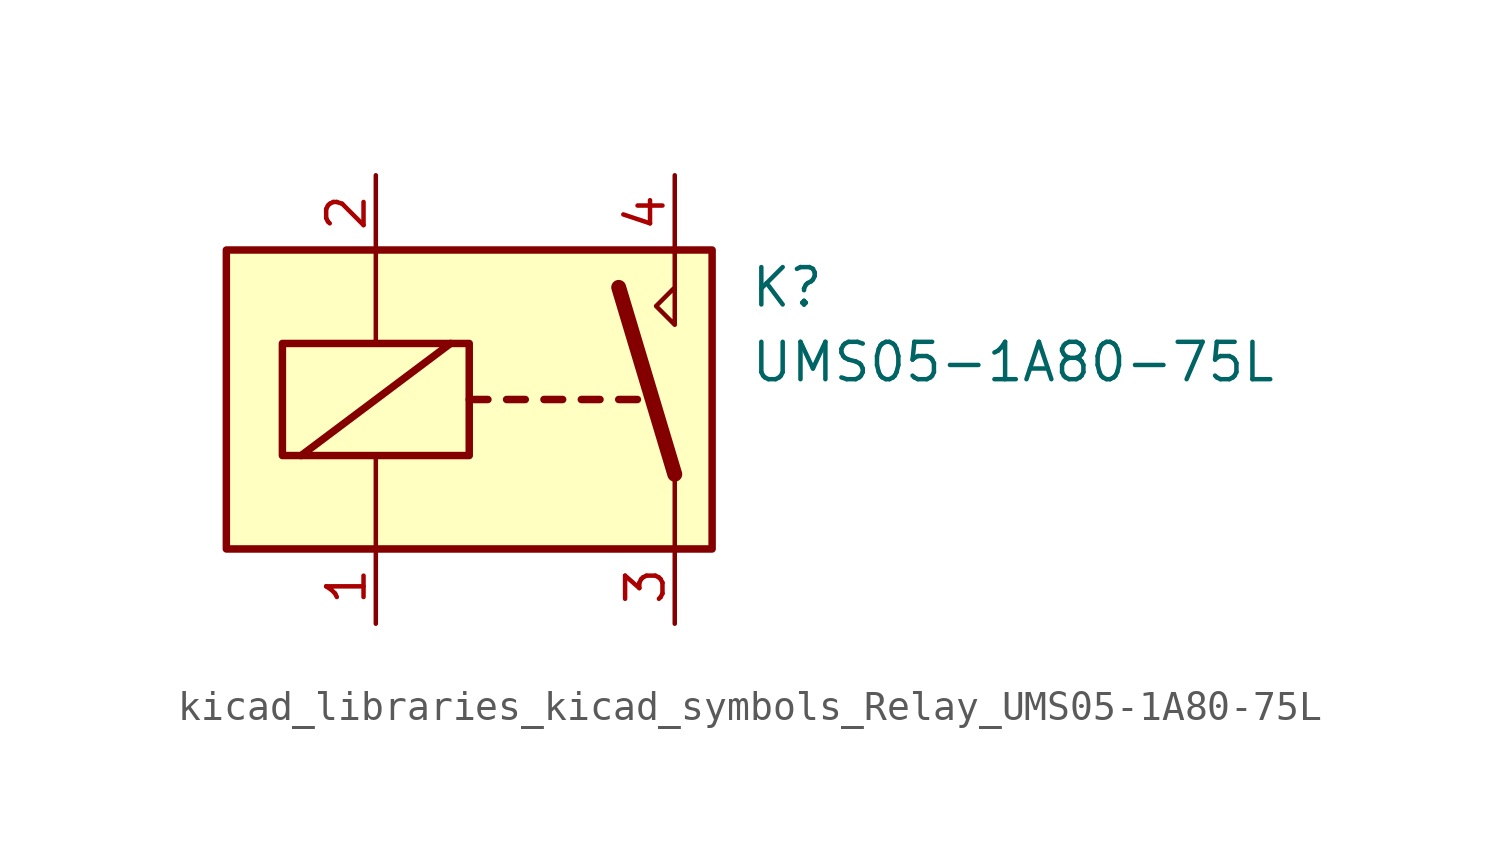
<source format=kicad_sym>
(kicad_symbol_lib
  (version 20220914)
  (generator kicad_symbol_editor)
  (symbol "kicad_libraries_kicad_symbols_Relay_UMS05-1A80-75L"
    (property "Reference" "K"
      (at 7.62 3.81 0)
      (effects (font (size 1.27 1.27)) (justify left)))
    (property "Value" "UMS05-1A80-75L"
      (at 7.62 1.27 0)
      (effects (font (size 1.27 1.27)) (justify left)))
    (symbol "kicad_libraries_kicad_symbols_Relay_UMS05-1A80-75L_0_0"
      (polyline (pts (xy 5.08 5.08) (xy 5.08 2.54) (xy 4.445 3.175) (xy 5.08 3.81)) (stroke (width 0) (type default)) (fill (type none))))
    (symbol "kicad_libraries_kicad_symbols_Relay_UMS05-1A80-75L_0_1"
      (rectangle (start -10.16 5.08) (end 6.35 -5.08) (stroke (width 0.254) (type default)) (fill (type background)))
      (rectangle (start -8.255 1.905) (end -1.905 -1.905) (stroke (width 0.254) (type default)) (fill (type none)))
      (polyline (pts (xy -7.62 -1.905) (xy -2.54 1.905)) (stroke (width 0.254) (type default)) (fill (type none)))
      (polyline (pts (xy -5.08 -5.08) (xy -5.08 -1.905)) (stroke (width 0) (type default)) (fill (type none)))
      (polyline (pts (xy -5.08 5.08) (xy -5.08 1.905)) (stroke (width 0) (type default)) (fill (type none)))
      (polyline (pts (xy -1.905 0) (xy -1.27 0)) (stroke (width 0.254) (type default)) (fill (type none)))
      (polyline (pts (xy -0.635 0) (xy 0 0)) (stroke (width 0.254) (type default)) (fill (type none)))
      (polyline (pts (xy 0.635 0) (xy 1.27 0)) (stroke (width 0.254) (type default)) (fill (type none)))
      (polyline (pts (xy 1.905 0) (xy 2.54 0)) (stroke (width 0.254) (type default)) (fill (type none)))
      (polyline (pts (xy 3.175 0) (xy 3.81 0)) (stroke (width 0.254) (type default)) (fill (type none)))
      (polyline (pts (xy 5.08 -2.54) (xy 3.175 3.81)) (stroke (width 0.508) (type default)) (fill (type none)))
      (polyline (pts (xy 5.08 -2.54) (xy 5.08 -5.08)) (stroke (width 0) (type default)) (fill (type none))))
    (symbol "kicad_libraries_kicad_symbols_Relay_UMS05-1A80-75L_1_1"
      (pin passive line (at -5.08 -7.62 90) (length 2.54) (name "~" (effects (font (size 1.27 1.27)))) (number "1" (effects (font (size 1.27 1.27)))))
      (pin passive line (at -5.08 7.62 270) (length 2.54) (name "~" (effects (font (size 1.27 1.27)))) (number "2" (effects (font (size 1.27 1.27)))))
      (pin passive line (at 5.08 -7.62 90) (length 2.54) (name "~" (effects (font (size 1.27 1.27)))) (number "3" (effects (font (size 1.27 1.27)))))
      (pin passive line (at 5.08 7.62 270) (length 2.54) (name "~" (effects (font (size 1.27 1.27)))) (number "4" (effects (font (size 1.27 1.27))))))))
</source>
